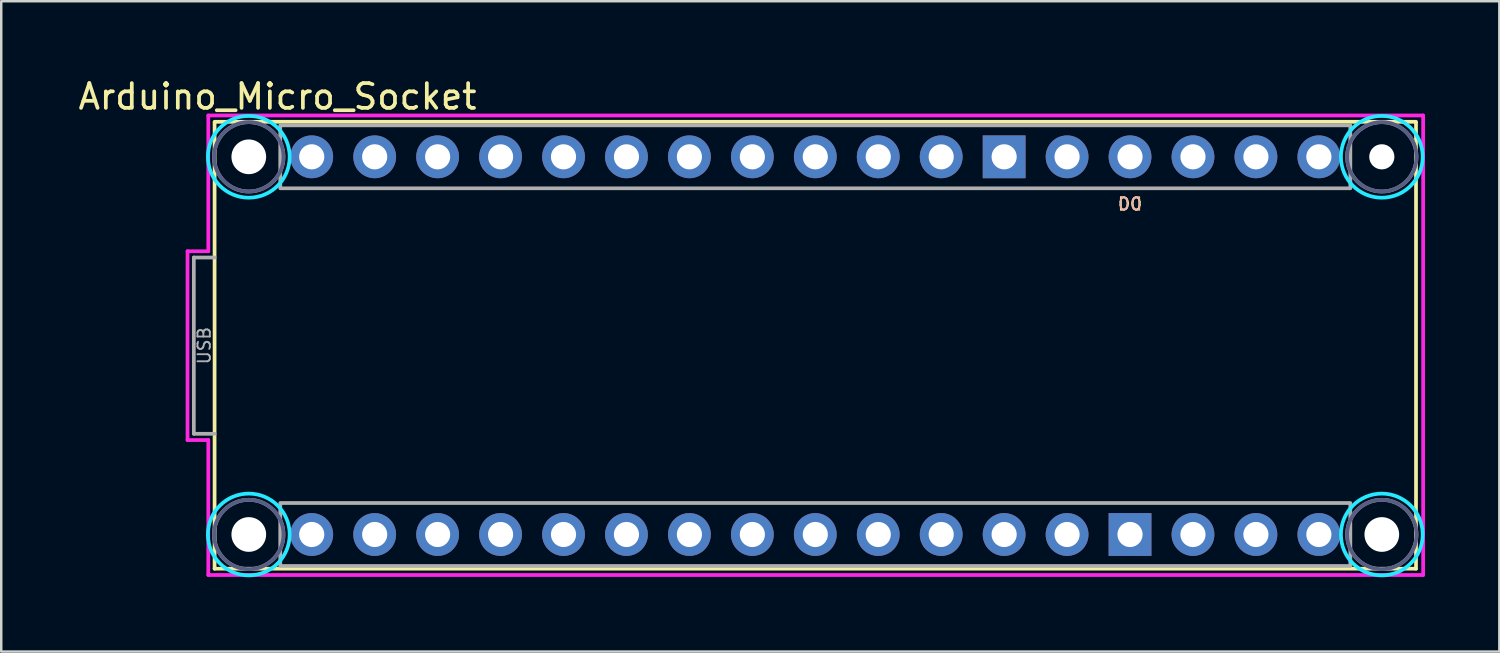
<source format=kicad_pcb>
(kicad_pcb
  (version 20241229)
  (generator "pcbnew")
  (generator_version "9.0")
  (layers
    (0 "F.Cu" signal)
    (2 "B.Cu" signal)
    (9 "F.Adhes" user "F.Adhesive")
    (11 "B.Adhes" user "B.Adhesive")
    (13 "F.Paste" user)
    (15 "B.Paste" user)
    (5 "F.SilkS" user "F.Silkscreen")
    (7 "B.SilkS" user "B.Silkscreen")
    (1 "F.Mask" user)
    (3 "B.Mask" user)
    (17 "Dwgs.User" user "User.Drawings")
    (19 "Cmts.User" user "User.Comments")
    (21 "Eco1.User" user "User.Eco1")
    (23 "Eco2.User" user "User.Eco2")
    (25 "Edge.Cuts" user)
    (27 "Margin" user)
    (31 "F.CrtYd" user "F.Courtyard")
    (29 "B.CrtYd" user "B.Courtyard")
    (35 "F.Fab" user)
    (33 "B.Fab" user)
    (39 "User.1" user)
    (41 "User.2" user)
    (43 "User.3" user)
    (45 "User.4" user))
  (footprint "Arduino_Micro_Socket"
    (layer "F.Cu")
    (at 5.609 19.898)
    (property "Reference" "Arduino_Micro_Socket" (at 2.54 -19.05 0) (layer "F.SilkS") (effects (font (size 1 1) (thickness 0.15))))
    (attr through_hole)
    (fp_line (start 0 -18.034) (end 48.48 -18.034) (stroke (width 0.15) (type solid)) (layer "F.SilkS"))
    (fp_line (start 0 -18) (end 0 0) (stroke (width 0.15) (type solid)) (layer "F.SilkS"))
    (fp_line (start 0 0) (end 48.48 0) (stroke (width 0.15) (type solid)) (layer "F.SilkS"))
    (fp_line (start 48.48 -18) (end 48.48 0) (stroke (width 0.15) (type solid)) (layer "F.SilkS"))
    (fp_circle (center 1.38 -16.62) (end 3.03 -16.62) (stroke (width 0.15) (type solid)) (fill no) (layer "B.CrtYd"))
    (fp_circle (center 1.38 -1.38) (end 3.03 -1.38) (stroke (width 0.15) (type solid)) (fill no) (layer "B.CrtYd"))
    (fp_circle (center 47.1 -16.62) (end 48.75 -16.62) (stroke (width 0.15) (type solid)) (fill no) (layer "B.CrtYd"))
    (fp_circle (center 47.1 -1.38) (end 48.75 -1.38) (stroke (width 0.15) (type solid)) (fill no) (layer "B.CrtYd"))
    (fp_line (start -1.092 -12.81) (end -0.254 -12.81) (stroke (width 0.15) (type solid)) (layer "F.CrtYd"))
    (fp_line (start -1.092 -5.19) (end -1.092 -12.81) (stroke (width 0.15) (type solid)) (layer "F.CrtYd"))
    (fp_line (start -1.092 -5.19) (end -0.254 -5.19) (stroke (width 0.15) (type solid)) (layer "F.CrtYd"))
    (fp_line (start -0.254 -18.288) (end 48.768 -18.288) (stroke (width 0.15) (type solid)) (layer "F.CrtYd"))
    (fp_line (start -0.254 -12.81) (end -0.254 -18.288) (stroke (width 0.15) (type solid)) (layer "F.CrtYd"))
    (fp_line (start -0.254 0.254) (end -0.254 -5.19) (stroke (width 0.15) (type solid)) (layer "F.CrtYd"))
    (fp_line (start 48.768 -18.288) (end 48.768 0.254) (stroke (width 0.15) (type solid)) (layer "F.CrtYd"))
    (fp_line (start 48.768 0.254) (end -0.254 0.254) (stroke (width 0.15) (type solid)) (layer "F.CrtYd"))
    (fp_circle (center 1.38 -16.62) (end 2.78 -16.62) (stroke (width 0.15) (type solid)) (fill no) (layer "B.Fab"))
    (fp_circle (center 1.38 -1.38) (end 2.78 -1.38) (stroke (width 0.15) (type solid)) (fill no) (layer "B.Fab"))
    (fp_circle (center 47.1 -16.62) (end 48.5 -16.62) (stroke (width 0.15) (type solid)) (fill no) (layer "B.Fab"))
    (fp_circle (center 47.1 -1.38) (end 48.5 -1.38) (stroke (width 0.15) (type solid)) (fill no) (layer "B.Fab"))
    (fp_line (start -0.838 -12.556) (end 0 -12.556) (stroke (width 0.15) (type solid)) (layer "F.Fab"))
    (fp_line (start -0.838 -5.444) (end -0.838 -12.556) (stroke (width 0.15) (type solid)) (layer "F.Fab"))
    (fp_line (start -0.838 -5.444) (end 0 -5.444) (stroke (width 0.15) (type solid)) (layer "F.Fab"))
    (fp_rect (start 2.65 -17.89) (end 45.83 -15.35) (stroke (width 0.15) (type solid)) (fill no) (layer "F.Fab"))
    (fp_rect (start 2.65 -2.65) (end 45.83 -0.11) (stroke (width 0.15) (type solid)) (fill no) (layer "F.Fab"))
    (fp_circle (center 1.38 -16.62) (end 2.78 -16.62) (stroke (width 0.15) (type solid)) (fill no) (layer "F.Fab"))
    (fp_circle (center 1.38 -1.38) (end 2.78 -1.38) (stroke (width 0.15) (type solid)) (fill no) (layer "F.Fab"))
    (fp_circle (center 47.1 -16.62) (end 48.5 -16.62) (stroke (width 0.15) (type solid)) (fill no) (layer "F.Fab"))
    (fp_circle (center 47.1 -1.38) (end 48.5 -1.38) (stroke (width 0.15) (type solid)) (fill no) (layer "F.Fab"))
    (fp_text user "D0" (at 36.94 -14.715 0) (unlocked yes) (layer "F.SilkS") (effects (font (size 0.5 0.5) (thickness 0.075))))
    (fp_text user "D0" (at 36.94 -14.715 0) (unlocked yes) (layer "B.SilkS") (effects (font (size 0.5 0.5) (thickness 0.075)) (justify mirror)))
    (fp_text user "USB" (at -0.419 -9 90) (layer "F.Fab") (effects (font (size 0.5 0.5) (thickness 0.075))))
    (pad "" np_thru_hole circle (at 1.38 -16.62) (size 1.4 1.4) (drill 1.4) (layers "*.Cu" "*.Mask"))
    (pad "" np_thru_hole circle (at 1.38 -1.38) (size 1.4 1.4) (drill 1.4) (layers "*.Cu" "*.Mask"))
    (pad "" thru_hole oval (at 26.78 -1.38) (size 1.727 1.727) (drill 1.016) (layers "*.Cu" "*.Mask"))
    (pad "" thru_hole oval (at 29.32 -1.38) (size 1.727 1.727) (drill 1.016) (layers "*.Cu" "*.Mask"))
    (pad "" np_thru_hole circle (at 47.1 -16.62) (size 1.016 1.016) (drill 1.016) (layers "*.Cu" "*.Mask"))
    (pad "" np_thru_hole circle (at 47.1 -1.38) (size 1.4 1.4) (drill 1.4) (layers "*.Cu" "*.Mask"))
    (pad "3V3" thru_hole oval (at 6.46 -1.38) (size 1.727 1.727) (drill 1.016) (layers "*.Cu" "*.Mask"))
    (pad "5V" thru_hole oval (at 31.86 -1.38) (size 1.727 1.727) (drill 1.016) (layers "*.Cu" "*.Mask"))
    (pad "A0" thru_hole oval (at 11.54 -1.38) (size 1.727 1.727) (drill 1.016) (layers "*.Cu" "*.Mask"))
    (pad "A1" thru_hole oval (at 14.08 -1.38) (size 1.727 1.727) (drill 1.016) (layers "*.Cu" "*.Mask"))
    (pad "A2" thru_hole oval (at 16.62 -1.38) (size 1.727 1.727) (drill 1.016) (layers "*.Cu" "*.Mask"))
    (pad "A3" thru_hole oval (at 19.16 -1.38) (size 1.727 1.727) (drill 1.016) (layers "*.Cu" "*.Mask"))
    (pad "A4" thru_hole oval (at 21.7 -1.38) (size 1.727 1.727) (drill 1.016) (layers "*.Cu" "*.Mask"))
    (pad "A5" thru_hole oval (at 24.24 -1.38) (size 1.727 1.727) (drill 1.016) (layers "*.Cu" "*.Mask"))
    (pad "AREF" thru_hole oval (at 9 -1.38) (size 1.727 1.727) (drill 1.016) (layers "*.Cu" "*.Mask"))
    (pad "D0" thru_hole oval (at 36.94 -16.62) (size 1.727 1.727) (drill 1.016) (layers "*.Cu" "*.Mask"))
    (pad "D1" thru_hole oval (at 39.48 -16.62) (size 1.727 1.727) (drill 1.016) (layers "*.Cu" "*.Mask"))
    (pad "D2" thru_hole oval (at 29.32 -16.62) (size 1.727 1.727) (drill 1.016) (layers "*.Cu" "*.Mask"))
    (pad "D3" thru_hole oval (at 26.78 -16.62) (size 1.727 1.727) (drill 1.016) (layers "*.Cu" "*.Mask"))
    (pad "D4" thru_hole oval (at 24.24 -16.62) (size 1.727 1.727) (drill 1.016) (layers "*.Cu" "*.Mask"))
    (pad "D5" thru_hole oval (at 21.7 -16.62) (size 1.727 1.727) (drill 1.016) (layers "*.Cu" "*.Mask"))
    (pad "D6" thru_hole oval (at 19.16 -16.62) (size 1.727 1.727) (drill 1.016) (layers "*.Cu" "*.Mask"))
    (pad "D7" thru_hole oval (at 16.62 -16.62) (size 1.727 1.727) (drill 1.016) (layers "*.Cu" "*.Mask"))
    (pad "D8" thru_hole oval (at 14.08 -16.62) (size 1.727 1.727) (drill 1.016) (layers "*.Cu" "*.Mask"))
    (pad "D9" thru_hole oval (at 11.54 -16.62) (size 1.727 1.727) (drill 1.016) (layers "*.Cu" "*.Mask"))
    (pad "D10" thru_hole oval (at 9 -16.62) (size 1.727 1.727) (drill 1.016) (layers "*.Cu" "*.Mask"))
    (pad "D11" thru_hole oval (at 6.46 -16.62) (size 1.727 1.727) (drill 1.016) (layers "*.Cu" "*.Mask"))
    (pad "D12" thru_hole oval (at 3.92 -16.62) (size 1.727 1.727) (drill 1.016) (layers "*.Cu" "*.Mask"))
    (pad "D13" thru_hole oval (at 3.92 -1.38) (size 1.727 1.727) (drill 1.016) (layers "*.Cu" "*.Mask"))
    (pad "GND1" thru_hole rect (at 36.94 -1.38) (size 1.727 1.727) (drill 1.016) (layers "*.Cu" "*.Mask"))
    (pad "GND2" thru_hole rect (at 31.86 -16.62) (size 1.727 1.727) (drill 1.016) (layers "*.Cu" "*.Mask"))
    (pad "MISO" thru_hole oval (at 42.02 -1.38) (size 1.727 1.727) (drill 1.016) (layers "*.Cu" "*.Mask"))
    (pad "MOSI" thru_hole circle (at 44.56 -16.62) (size 1.727 1.727) (drill 1.016) (layers "*.Cu" "*.Mask"))
    (pad "RST1" thru_hole oval (at 34.4 -1.38) (size 1.727 1.727) (drill 1.016) (layers "*.Cu" "*.Mask"))
    (pad "RST2" thru_hole oval (at 34.4 -16.62) (size 1.727 1.727) (drill 1.016) (layers "*.Cu" "*.Mask"))
    (pad "SCK" thru_hole oval (at 44.56 -1.38) (size 1.727 1.727) (drill 1.016) (layers "*.Cu" "*.Mask"))
    (pad "SS" thru_hole oval (at 42.02 -16.62) (size 1.727 1.727) (drill 1.016) (layers "*.Cu" "*.Mask"))
    (pad "VIN" thru_hole oval (at 39.48 -1.38) (size 1.727 1.727) (drill 1.016) (layers "*.Cu" "*.Mask")))
  (gr_rect
    (start -3 -3)
    (end 57.452 23.243)
    (stroke (width 0.1) (type default))
    (fill no)
    (layer "Edge.Cuts")))
</source>
